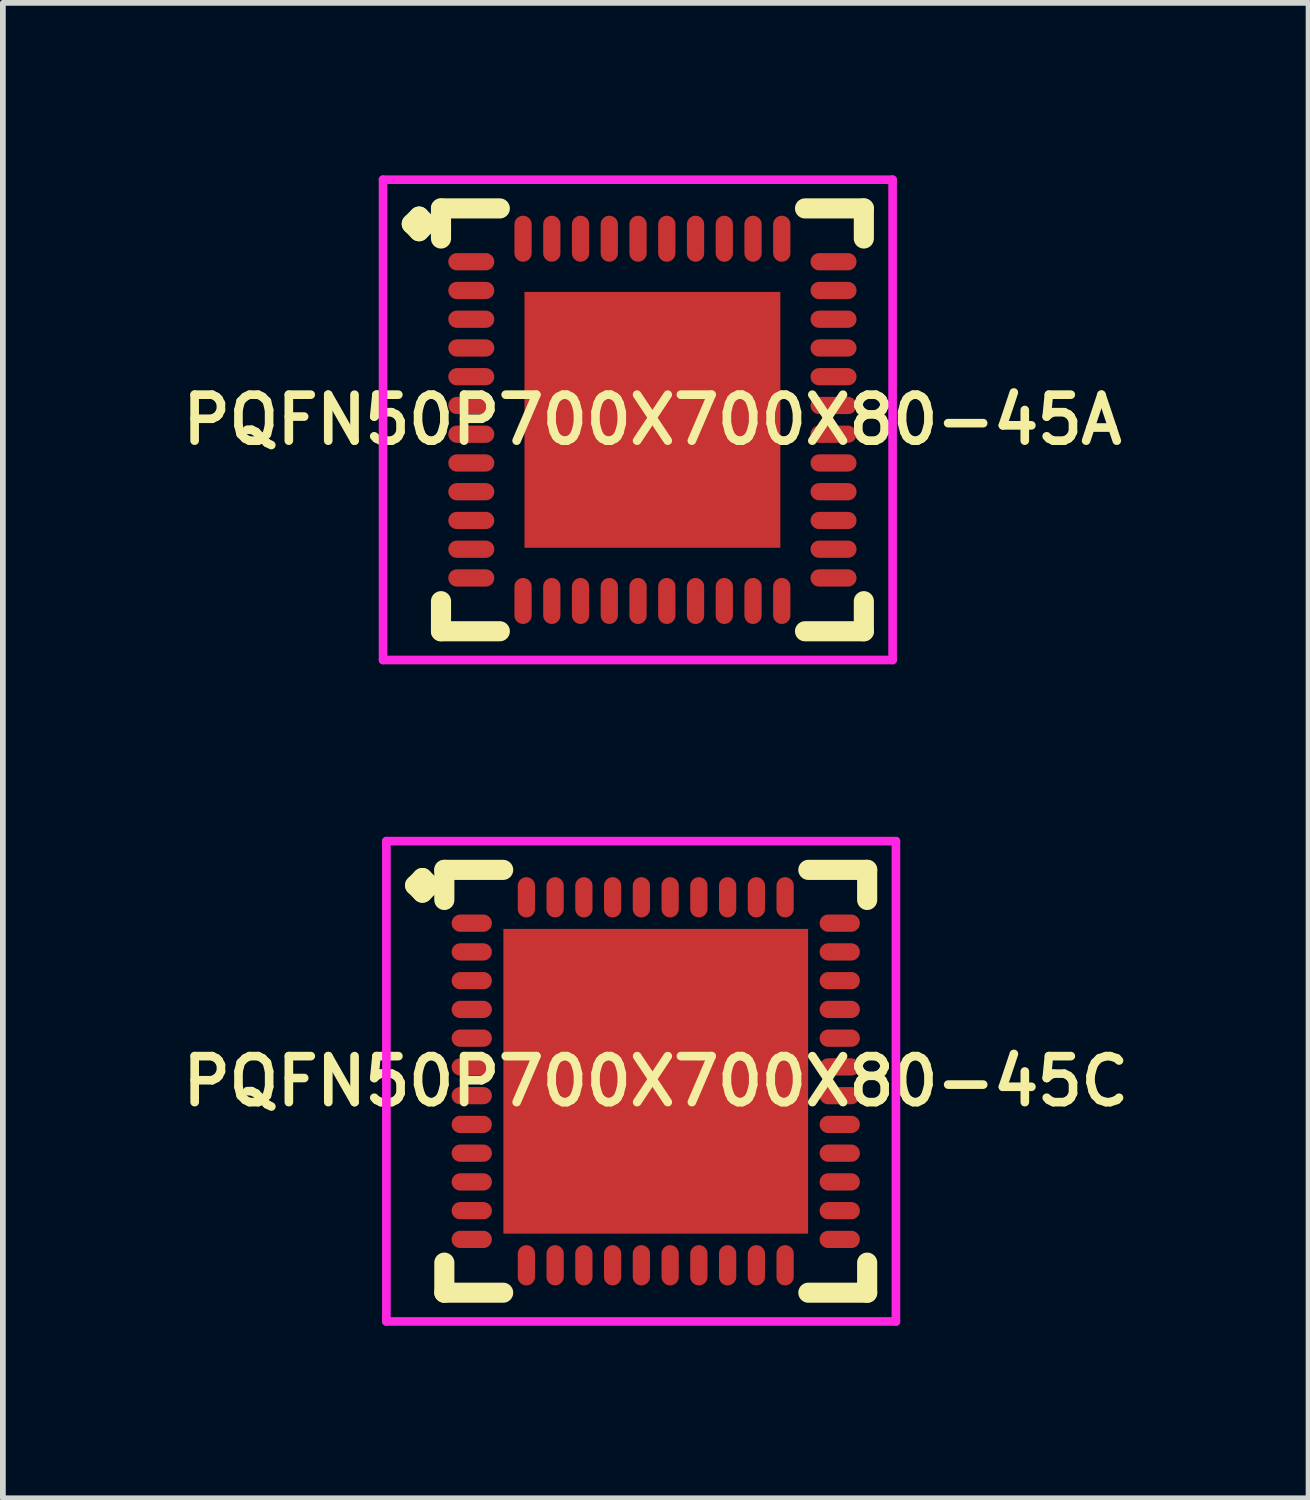
<source format=kicad_pcb>
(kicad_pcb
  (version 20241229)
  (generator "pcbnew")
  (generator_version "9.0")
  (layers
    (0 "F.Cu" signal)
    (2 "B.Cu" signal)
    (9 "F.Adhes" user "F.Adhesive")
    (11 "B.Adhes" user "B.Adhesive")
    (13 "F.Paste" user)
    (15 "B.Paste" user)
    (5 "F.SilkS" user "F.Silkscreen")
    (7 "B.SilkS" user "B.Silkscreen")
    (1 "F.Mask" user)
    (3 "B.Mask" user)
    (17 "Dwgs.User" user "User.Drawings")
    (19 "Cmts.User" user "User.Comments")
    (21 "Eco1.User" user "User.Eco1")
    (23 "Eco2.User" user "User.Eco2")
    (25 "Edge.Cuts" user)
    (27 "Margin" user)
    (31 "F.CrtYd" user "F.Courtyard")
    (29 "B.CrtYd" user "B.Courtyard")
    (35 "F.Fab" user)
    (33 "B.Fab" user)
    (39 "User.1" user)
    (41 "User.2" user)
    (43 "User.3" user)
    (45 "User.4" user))
  (footprint "PQFN50P700X700X80-45A"
    (layer "F.Cu")
    (at 8.297 4.252)
    (property "Reference" "PQFN50P700X700X80-45A" (at 0 0 0) (layer "F.SilkS") (effects (font (size 0.8 0.8) (thickness 0.15))))
    (attr smd)
    (fp_line (start -4.185 -3.408) (end -4.058 -3.535) (stroke (width 0.35) (type solid)) (layer "F.SilkS"))
    (fp_line (start -4.058 -3.535) (end -3.931 -3.408) (stroke (width 0.35) (type solid)) (layer "F.SilkS"))
    (fp_line (start -4.058 -3.281) (end -4.185 -3.408) (stroke (width 0.35) (type solid)) (layer "F.SilkS"))
    (fp_line (start -3.931 -3.408) (end -4.058 -3.281) (stroke (width 0.35) (type solid)) (layer "F.SilkS"))
    (fp_line (start -3.677 -3.677) (end -2.654 -3.677) (stroke (width 0.35) (type solid)) (layer "F.SilkS"))
    (fp_line (start -3.677 -3.154) (end -3.677 -3.677) (stroke (width 0.35) (type solid)) (layer "F.SilkS"))
    (fp_line (start -3.677 3.154) (end -3.677 3.677) (stroke (width 0.35) (type solid)) (layer "F.SilkS"))
    (fp_line (start -3.677 3.677) (end -2.654 3.677) (stroke (width 0.35) (type solid)) (layer "F.SilkS"))
    (fp_line (start 2.654 -3.677) (end 3.677 -3.677) (stroke (width 0.35) (type solid)) (layer "F.SilkS"))
    (fp_line (start 2.654 3.677) (end 3.677 3.677) (stroke (width 0.35) (type solid)) (layer "F.SilkS"))
    (fp_line (start 3.677 -3.677) (end 3.677 -3.154) (stroke (width 0.35) (type solid)) (layer "F.SilkS"))
    (fp_line (start 3.677 3.677) (end 3.677 3.154) (stroke (width 0.35) (type solid)) (layer "F.SilkS"))
    (fp_line (start -4.685 -4.177) (end 4.177 -4.177) (stroke (width 0.15) (type solid)) (layer "F.CrtYd"))
    (fp_line (start -4.685 4.177) (end -4.685 -4.177) (stroke (width 0.15) (type solid)) (layer "F.CrtYd"))
    (fp_line (start 4.177 -4.177) (end 4.177 4.177) (stroke (width 0.15) (type solid)) (layer "F.CrtYd"))
    (fp_line (start 4.177 4.177) (end -4.685 4.177) (stroke (width 0.15) (type solid)) (layer "F.CrtYd"))
    (pad "1" smd oval (at -3.15 -2.75) (size 0.8 0.3) (layers "F.Cu" "F.Mask" "F.Paste"))
    (pad "2" smd oval (at -3.15 -2.25) (size 0.8 0.3) (layers "F.Cu" "F.Mask" "F.Paste"))
    (pad "3" smd oval (at -3.15 -1.75) (size 0.8 0.3) (layers "F.Cu" "F.Mask" "F.Paste"))
    (pad "4" smd oval (at -3.15 -1.25) (size 0.8 0.3) (layers "F.Cu" "F.Mask" "F.Paste"))
    (pad "5" smd oval (at -3.15 -0.75) (size 0.8 0.3) (layers "F.Cu" "F.Mask" "F.Paste"))
    (pad "6" smd oval (at -3.15 -0.25) (size 0.8 0.3) (layers "F.Cu" "F.Mask" "F.Paste"))
    (pad "7" smd oval (at -3.15 0.25) (size 0.8 0.3) (layers "F.Cu" "F.Mask" "F.Paste"))
    (pad "8" smd oval (at -3.15 0.75) (size 0.8 0.3) (layers "F.Cu" "F.Mask" "F.Paste"))
    (pad "9" smd oval (at -3.15 1.25) (size 0.8 0.3) (layers "F.Cu" "F.Mask" "F.Paste"))
    (pad "10" smd oval (at -3.15 1.75) (size 0.8 0.3) (layers "F.Cu" "F.Mask" "F.Paste"))
    (pad "11" smd oval (at -3.15 2.25) (size 0.8 0.3) (layers "F.Cu" "F.Mask" "F.Paste"))
    (pad "12" smd oval (at -3.15 2.75) (size 0.8 0.3) (layers "F.Cu" "F.Mask" "F.Paste"))
    (pad "13" smd oval (at -2.25 3.15) (size 0.3 0.8) (layers "F.Cu" "F.Mask" "F.Paste"))
    (pad "14" smd oval (at -1.75 3.15) (size 0.3 0.8) (layers "F.Cu" "F.Mask" "F.Paste"))
    (pad "15" smd oval (at -1.25 3.15) (size 0.3 0.8) (layers "F.Cu" "F.Mask" "F.Paste"))
    (pad "16" smd oval (at -0.75 3.15) (size 0.3 0.8) (layers "F.Cu" "F.Mask" "F.Paste"))
    (pad "17" smd oval (at -0.25 3.15) (size 0.3 0.8) (layers "F.Cu" "F.Mask" "F.Paste"))
    (pad "18" smd oval (at 0.25 3.15) (size 0.3 0.8) (layers "F.Cu" "F.Mask" "F.Paste"))
    (pad "19" smd oval (at 0.75 3.15) (size 0.3 0.8) (layers "F.Cu" "F.Mask" "F.Paste"))
    (pad "20" smd oval (at 1.25 3.15) (size 0.3 0.8) (layers "F.Cu" "F.Mask" "F.Paste"))
    (pad "21" smd oval (at 1.75 3.15) (size 0.3 0.8) (layers "F.Cu" "F.Mask" "F.Paste"))
    (pad "22" smd oval (at 2.25 3.15) (size 0.3 0.8) (layers "F.Cu" "F.Mask" "F.Paste"))
    (pad "23" smd oval (at 3.15 2.75) (size 0.8 0.3) (layers "F.Cu" "F.Mask" "F.Paste"))
    (pad "24" smd oval (at 3.15 2.25) (size 0.8 0.3) (layers "F.Cu" "F.Mask" "F.Paste"))
    (pad "25" smd oval (at 3.15 1.75) (size 0.8 0.3) (layers "F.Cu" "F.Mask" "F.Paste"))
    (pad "26" smd oval (at 3.15 1.25) (size 0.8 0.3) (layers "F.Cu" "F.Mask" "F.Paste"))
    (pad "27" smd oval (at 3.15 0.75) (size 0.8 0.3) (layers "F.Cu" "F.Mask" "F.Paste"))
    (pad "28" smd oval (at 3.15 0.25) (size 0.8 0.3) (layers "F.Cu" "F.Mask" "F.Paste"))
    (pad "29" smd oval (at 3.15 -0.25) (size 0.8 0.3) (layers "F.Cu" "F.Mask" "F.Paste"))
    (pad "30" smd oval (at 3.15 -0.75) (size 0.8 0.3) (layers "F.Cu" "F.Mask" "F.Paste"))
    (pad "31" smd oval (at 3.15 -1.25) (size 0.8 0.3) (layers "F.Cu" "F.Mask" "F.Paste"))
    (pad "32" smd oval (at 3.15 -1.75) (size 0.8 0.3) (layers "F.Cu" "F.Mask" "F.Paste"))
    (pad "33" smd oval (at 3.15 -2.25) (size 0.8 0.3) (layers "F.Cu" "F.Mask" "F.Paste"))
    (pad "34" smd oval (at 3.15 -2.75) (size 0.8 0.3) (layers "F.Cu" "F.Mask" "F.Paste"))
    (pad "35" smd oval (at 2.25 -3.15) (size 0.3 0.8) (layers "F.Cu" "F.Mask" "F.Paste"))
    (pad "36" smd oval (at 1.75 -3.15) (size 0.3 0.8) (layers "F.Cu" "F.Mask" "F.Paste"))
    (pad "37" smd oval (at 1.25 -3.15) (size 0.3 0.8) (layers "F.Cu" "F.Mask" "F.Paste"))
    (pad "38" smd oval (at 0.75 -3.15) (size 0.3 0.8) (layers "F.Cu" "F.Mask" "F.Paste"))
    (pad "39" smd oval (at 0.25 -3.15) (size 0.3 0.8) (layers "F.Cu" "F.Mask" "F.Paste"))
    (pad "40" smd oval (at -0.25 -3.15) (size 0.3 0.8) (layers "F.Cu" "F.Mask" "F.Paste"))
    (pad "41" smd oval (at -0.75 -3.15) (size 0.3 0.8) (layers "F.Cu" "F.Mask" "F.Paste"))
    (pad "42" smd oval (at -1.25 -3.15) (size 0.3 0.8) (layers "F.Cu" "F.Mask" "F.Paste"))
    (pad "43" smd oval (at -1.75 -3.15) (size 0.3 0.8) (layers "F.Cu" "F.Mask" "F.Paste"))
    (pad "44" smd oval (at -2.25 -3.15) (size 0.3 0.8) (layers "F.Cu" "F.Mask" "F.Paste"))
    (pad "45" smd rect (at 0 0) (size 4.45 4.45) (layers "F.Cu" "F.Mask" "F.Paste")))
  (footprint "PQFN50P700X700X80-45C"
    (layer "F.Cu")
    (at 8.355 15.756)
    (property "Reference" "PQFN50P700X700X80-45C" (at 0 0 0) (layer "F.SilkS") (effects (font (size 0.8 0.8) (thickness 0.15))))
    (attr smd)
    (fp_line (start -4.185 -3.408) (end -4.058 -3.535) (stroke (width 0.35) (type solid)) (layer "F.SilkS"))
    (fp_line (start -4.058 -3.535) (end -3.931 -3.408) (stroke (width 0.35) (type solid)) (layer "F.SilkS"))
    (fp_line (start -4.058 -3.281) (end -4.185 -3.408) (stroke (width 0.35) (type solid)) (layer "F.SilkS"))
    (fp_line (start -3.931 -3.408) (end -4.058 -3.281) (stroke (width 0.35) (type solid)) (layer "F.SilkS"))
    (fp_line (start -3.677 -3.677) (end -2.654 -3.677) (stroke (width 0.35) (type solid)) (layer "F.SilkS"))
    (fp_line (start -3.677 -3.154) (end -3.677 -3.677) (stroke (width 0.35) (type solid)) (layer "F.SilkS"))
    (fp_line (start -3.677 3.154) (end -3.677 3.677) (stroke (width 0.35) (type solid)) (layer "F.SilkS"))
    (fp_line (start -3.677 3.677) (end -2.654 3.677) (stroke (width 0.35) (type solid)) (layer "F.SilkS"))
    (fp_line (start 2.654 -3.677) (end 3.677 -3.677) (stroke (width 0.35) (type solid)) (layer "F.SilkS"))
    (fp_line (start 2.654 3.677) (end 3.677 3.677) (stroke (width 0.35) (type solid)) (layer "F.SilkS"))
    (fp_line (start 3.677 -3.677) (end 3.677 -3.154) (stroke (width 0.35) (type solid)) (layer "F.SilkS"))
    (fp_line (start 3.677 3.677) (end 3.677 3.154) (stroke (width 0.35) (type solid)) (layer "F.SilkS"))
    (fp_line (start -4.685 -4.177) (end 4.177 -4.177) (stroke (width 0.15) (type solid)) (layer "F.CrtYd"))
    (fp_line (start -4.685 4.177) (end -4.685 -4.177) (stroke (width 0.15) (type solid)) (layer "F.CrtYd"))
    (fp_line (start 4.177 -4.177) (end 4.177 4.177) (stroke (width 0.15) (type solid)) (layer "F.CrtYd"))
    (fp_line (start 4.177 4.177) (end -4.685 4.177) (stroke (width 0.15) (type solid)) (layer "F.CrtYd"))
    (pad "1" smd oval (at -3.2 -2.75) (size 0.7 0.3) (layers "F.Cu" "F.Mask" "F.Paste"))
    (pad "2" smd oval (at -3.2 -2.25) (size 0.7 0.3) (layers "F.Cu" "F.Mask" "F.Paste"))
    (pad "3" smd oval (at -3.2 -1.75) (size 0.7 0.3) (layers "F.Cu" "F.Mask" "F.Paste"))
    (pad "4" smd oval (at -3.2 -1.25) (size 0.7 0.3) (layers "F.Cu" "F.Mask" "F.Paste"))
    (pad "5" smd oval (at -3.2 -0.75) (size 0.7 0.3) (layers "F.Cu" "F.Mask" "F.Paste"))
    (pad "6" smd oval (at -3.2 -0.25) (size 0.7 0.3) (layers "F.Cu" "F.Mask" "F.Paste"))
    (pad "7" smd oval (at -3.2 0.25) (size 0.7 0.3) (layers "F.Cu" "F.Mask" "F.Paste"))
    (pad "8" smd oval (at -3.2 0.75) (size 0.7 0.3) (layers "F.Cu" "F.Mask" "F.Paste"))
    (pad "9" smd oval (at -3.2 1.25) (size 0.7 0.3) (layers "F.Cu" "F.Mask" "F.Paste"))
    (pad "10" smd oval (at -3.2 1.75) (size 0.7 0.3) (layers "F.Cu" "F.Mask" "F.Paste"))
    (pad "11" smd oval (at -3.2 2.25) (size 0.7 0.3) (layers "F.Cu" "F.Mask" "F.Paste"))
    (pad "12" smd oval (at -3.2 2.75) (size 0.7 0.3) (layers "F.Cu" "F.Mask" "F.Paste"))
    (pad "13" smd oval (at -2.25 3.2) (size 0.3 0.7) (layers "F.Cu" "F.Mask" "F.Paste"))
    (pad "14" smd oval (at -1.75 3.2) (size 0.3 0.7) (layers "F.Cu" "F.Mask" "F.Paste"))
    (pad "15" smd oval (at -1.25 3.2) (size 0.3 0.7) (layers "F.Cu" "F.Mask" "F.Paste"))
    (pad "16" smd oval (at -0.75 3.2) (size 0.3 0.7) (layers "F.Cu" "F.Mask" "F.Paste"))
    (pad "17" smd oval (at -0.25 3.2) (size 0.3 0.7) (layers "F.Cu" "F.Mask" "F.Paste"))
    (pad "18" smd oval (at 0.25 3.2) (size 0.3 0.7) (layers "F.Cu" "F.Mask" "F.Paste"))
    (pad "19" smd oval (at 0.75 3.2) (size 0.3 0.7) (layers "F.Cu" "F.Mask" "F.Paste"))
    (pad "20" smd oval (at 1.25 3.2) (size 0.3 0.7) (layers "F.Cu" "F.Mask" "F.Paste"))
    (pad "21" smd oval (at 1.75 3.2) (size 0.3 0.7) (layers "F.Cu" "F.Mask" "F.Paste"))
    (pad "22" smd oval (at 2.25 3.2) (size 0.3 0.7) (layers "F.Cu" "F.Mask" "F.Paste"))
    (pad "23" smd oval (at 3.2 2.75) (size 0.7 0.3) (layers "F.Cu" "F.Mask" "F.Paste"))
    (pad "24" smd oval (at 3.2 2.25) (size 0.7 0.3) (layers "F.Cu" "F.Mask" "F.Paste"))
    (pad "25" smd oval (at 3.2 1.75) (size 0.7 0.3) (layers "F.Cu" "F.Mask" "F.Paste"))
    (pad "26" smd oval (at 3.2 1.25) (size 0.7 0.3) (layers "F.Cu" "F.Mask" "F.Paste"))
    (pad "27" smd oval (at 3.2 0.75) (size 0.7 0.3) (layers "F.Cu" "F.Mask" "F.Paste"))
    (pad "28" smd oval (at 3.2 0.25) (size 0.7 0.3) (layers "F.Cu" "F.Mask" "F.Paste"))
    (pad "29" smd oval (at 3.2 -0.25) (size 0.7 0.3) (layers "F.Cu" "F.Mask" "F.Paste"))
    (pad "30" smd oval (at 3.2 -0.75) (size 0.7 0.3) (layers "F.Cu" "F.Mask" "F.Paste"))
    (pad "31" smd oval (at 3.2 -1.25) (size 0.7 0.3) (layers "F.Cu" "F.Mask" "F.Paste"))
    (pad "32" smd oval (at 3.2 -1.75) (size 0.7 0.3) (layers "F.Cu" "F.Mask" "F.Paste"))
    (pad "33" smd oval (at 3.2 -2.25) (size 0.7 0.3) (layers "F.Cu" "F.Mask" "F.Paste"))
    (pad "34" smd oval (at 3.2 -2.75) (size 0.7 0.3) (layers "F.Cu" "F.Mask" "F.Paste"))
    (pad "35" smd oval (at 2.25 -3.2) (size 0.3 0.7) (layers "F.Cu" "F.Mask" "F.Paste"))
    (pad "36" smd oval (at 1.75 -3.2) (size 0.3 0.7) (layers "F.Cu" "F.Mask" "F.Paste"))
    (pad "37" smd oval (at 1.25 -3.2) (size 0.3 0.7) (layers "F.Cu" "F.Mask" "F.Paste"))
    (pad "38" smd oval (at 0.75 -3.2) (size 0.3 0.7) (layers "F.Cu" "F.Mask" "F.Paste"))
    (pad "39" smd oval (at 0.25 -3.2) (size 0.3 0.7) (layers "F.Cu" "F.Mask" "F.Paste"))
    (pad "40" smd oval (at -0.25 -3.2) (size 0.3 0.7) (layers "F.Cu" "F.Mask" "F.Paste"))
    (pad "41" smd oval (at -0.75 -3.2) (size 0.3 0.7) (layers "F.Cu" "F.Mask" "F.Paste"))
    (pad "42" smd oval (at -1.25 -3.2) (size 0.3 0.7) (layers "F.Cu" "F.Mask" "F.Paste"))
    (pad "43" smd oval (at -1.75 -3.2) (size 0.3 0.7) (layers "F.Cu" "F.Mask" "F.Paste"))
    (pad "44" smd oval (at -2.25 -3.2) (size 0.3 0.7) (layers "F.Cu" "F.Mask" "F.Paste"))
    (pad "45" smd rect (at 0 0) (size 5.3 5.3) (layers "F.Cu" "F.Mask" "F.Paste")))
  (gr_rect
    (start -3 -3)
    (end 19.709 23.008)
    (stroke (width 0.1) (type default))
    (fill no)
    (layer "Edge.Cuts")))
</source>
